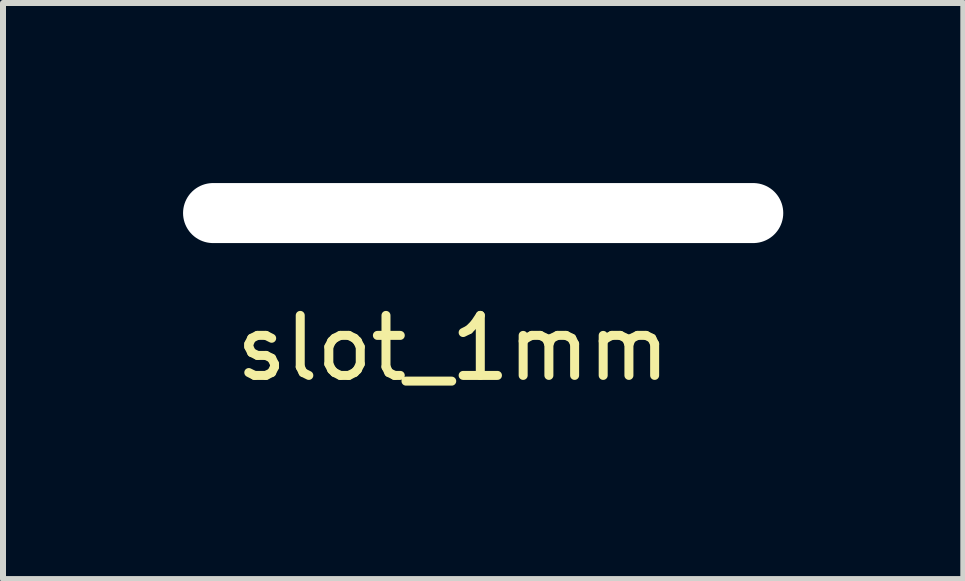
<source format=kicad_pcb>
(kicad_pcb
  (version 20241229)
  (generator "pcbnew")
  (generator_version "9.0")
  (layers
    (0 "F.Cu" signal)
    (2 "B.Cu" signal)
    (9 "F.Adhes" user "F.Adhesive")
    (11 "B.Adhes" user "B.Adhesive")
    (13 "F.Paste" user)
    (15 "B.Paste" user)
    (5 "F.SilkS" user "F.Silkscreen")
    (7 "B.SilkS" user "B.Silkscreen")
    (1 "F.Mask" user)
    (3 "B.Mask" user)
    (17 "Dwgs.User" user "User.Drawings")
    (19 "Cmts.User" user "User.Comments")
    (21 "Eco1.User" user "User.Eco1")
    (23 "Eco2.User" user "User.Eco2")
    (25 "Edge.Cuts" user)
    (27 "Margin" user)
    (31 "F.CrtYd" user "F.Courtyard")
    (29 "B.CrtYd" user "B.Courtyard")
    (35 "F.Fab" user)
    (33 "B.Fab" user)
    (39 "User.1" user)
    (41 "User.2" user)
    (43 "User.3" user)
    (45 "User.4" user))
  (footprint "slot_1mm"
    (layer "F.Cu")
    (at 5 0.5)
    (property "Reference" "slot_1mm" (at -0.5 2.25 0) (layer "F.SilkS") (effects (font (size 1 1) (thickness 0.15))))
    (attr through_hole)
    (pad "" np_thru_hole oval (at 0 0) (size 10 1) (drill oval 10 1) (layers "*.Cu")))
  (gr_rect
    (start -3 -3)
    (end 13 6.598)
    (stroke (width 0.1) (type default))
    (fill no)
    (layer "Edge.Cuts")))
</source>
